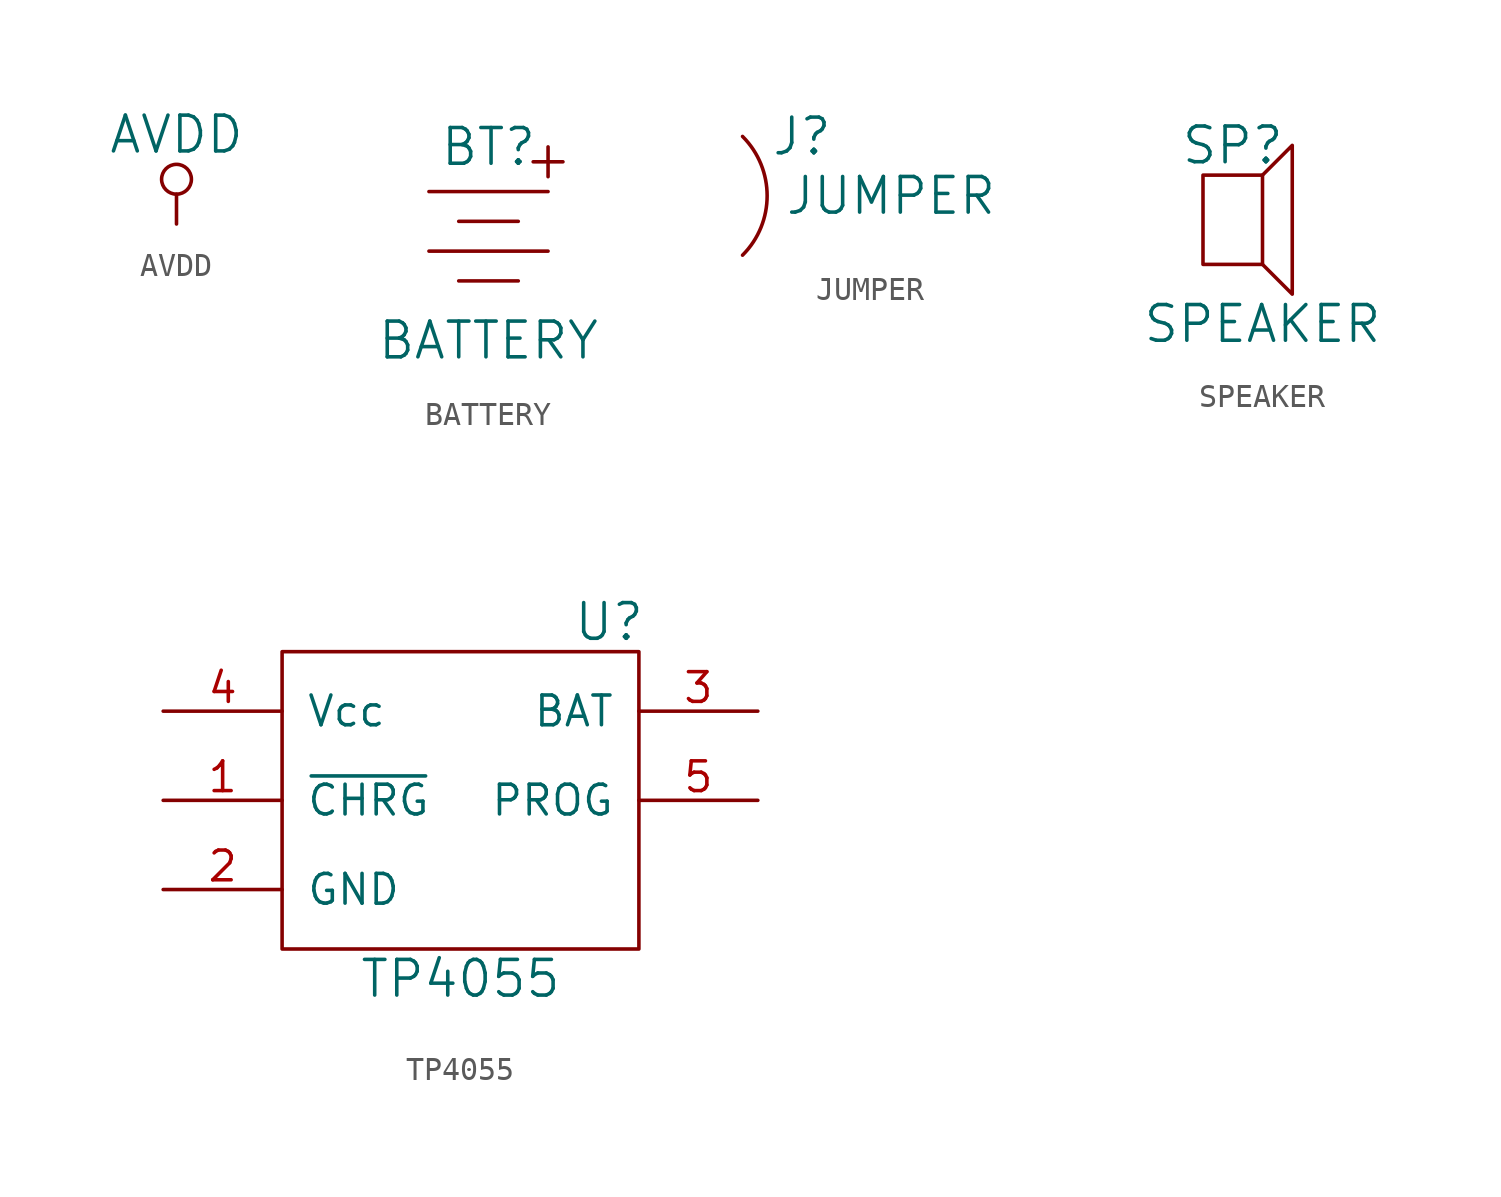
<source format=kicad_sym>
(kicad_symbol_lib
  (version 20211014)
  (generator kicad_symbol_editor)
  (symbol "AVDD"
    (power)
    (pin_names
      (offset 0))
    (property "Reference" "#PWR"
      (at 0 -3.81 0)
      (effects (font (size 1.524 1.524)) hide))
    (property "Value" "AVDD"
      (at 0 3.81 0)
      (effects (font (size 1.524 1.524))))
    (property "Footprint" ""
      (at 0 0 0)
      (effects (font (size 1.524 1.524))))
    (property "Datasheet" ""
      (at 0 0 0)
      (effects (font (size 1.524 1.524))))
    (symbol "AVDD_0_1"
      (polyline (pts (xy 0 0) (xy 0 1.27)) (stroke (width 0) (type default) (color 0 0 0 0)) (fill (type none)))
      (circle (center 0 1.905) (radius 0.635) (stroke (width 0) (type default) (color 0 0 0 0)) (fill (type none))))
    (symbol "AVDD_1_1"
      (pin power_in line (at 0 0 90) (length 0) hide (name "AVDD" (effects (font (size 1.27 1.27)))) (number "1" (effects (font (size 1.27 1.27)))))))
  (symbol "BATTERY"
    (pin_names
      (offset 1.016))
    (property "Reference" "BT"
      (at 0 -0.635 0)
      (effects (font (size 1.524 1.524))))
    (property "Value" "BATTERY"
      (at 0 -8.89 0)
      (effects (font (size 1.524 1.524))))
    (symbol "BATTERY_0_1"
      (polyline (pts (xy -2.54 -5.08) (xy 2.54 -5.08)) (stroke (width 0) (type default) (color 0 0 0 0)) (fill (type none)))
      (polyline (pts (xy -2.54 -2.54) (xy 2.54 -2.54)) (stroke (width 0) (type default) (color 0 0 0 0)) (fill (type none)))
      (polyline (pts (xy -1.27 -6.35) (xy 1.27 -6.35)) (stroke (width 0) (type default) (color 0 0 0 0)) (fill (type none)))
      (polyline (pts (xy -1.27 -3.81) (xy 1.27 -3.81)) (stroke (width 0) (type default) (color 0 0 0 0)) (fill (type none)))
      (polyline (pts (xy 1.905 -1.27) (xy 3.175 -1.27)) (stroke (width 0) (type default) (color 0 0 0 0)) (fill (type none)))
      (polyline (pts (xy 2.54 -1.905) (xy 2.54 -0.635)) (stroke (width 0) (type default) (color 0 0 0 0)) (fill (type none)))))
  (symbol "JUMPER"
    (pin_names
      (offset 1.016))
    (property "Reference" "J"
      (at 2.54 2.54 0)
      (effects (font (size 1.524 1.524))))
    (property "Value" "JUMPER"
      (at 6.35 0 0)
      (effects (font (size 1.524 1.524))))
    (symbol "JUMPER_0_1"
      (arc (start 0 -2.54) (mid 1.0521 0) (end 0 2.54) (stroke (width 0) (type default) (color 0 0 0 0)) (fill (type none)))))
  (symbol "SPEAKER"
    (pin_names
      (offset 1.016))
    (property "Reference" "SP"
      (at 0 -1.27 0)
      (effects (font (size 1.524 1.524))))
    (property "Value" "SPEAKER"
      (at 1.27 -8.89 0)
      (effects (font (size 1.524 1.524))))
    (symbol "SPEAKER_0_1"
      (rectangle (start -1.27 -2.54) (end 1.27 -6.35) (stroke (width 0) (type default) (color 0 0 0 0)) (fill (type none)))
      (polyline (pts (xy 1.27 -2.54) (xy 2.54 -1.27) (xy 2.54 -7.62) (xy 1.27 -6.35)) (stroke (width 0) (type default) (color 0 0 0 0)) (fill (type none)))))
  (symbol "TP4055"
    (pin_names
      (offset 1.016))
    (property "Reference" "U"
      (at 5.08 -1.27 0)
      (effects (font (size 1.524 1.524))))
    (property "Value" "TP4055"
      (at -1.27 -16.51 0)
      (effects (font (size 1.524 1.524))))
    (property "Footprint" ""
      (at 0 0 0)
      (effects (font (size 1.524 1.524))))
    (property "Datasheet" ""
      (at 0 0 0)
      (effects (font (size 1.524 1.524))))
    (symbol "TP4055_0_1"
      (rectangle (start 6.35 -2.54) (end -8.89 -15.24) (stroke (width 0) (type default) (color 0 0 0 0)) (fill (type none))))
    (symbol "TP4055_1_1"
      (pin output line (at -13.97 -8.89 0) (length 5.08) (name "~{CHRG}" (effects (font (size 1.27 1.27)))) (number "1" (effects (font (size 1.27 1.27)))))
      (pin power_in line (at -13.97 -12.7 0) (length 5.08) (name "GND" (effects (font (size 1.27 1.27)))) (number "2" (effects (font (size 1.27 1.27)))))
      (pin power_out line (at 11.43 -5.08 180) (length 5.08) (name "BAT" (effects (font (size 1.27 1.27)))) (number "3" (effects (font (size 1.27 1.27)))))
      (pin power_in line (at -13.97 -5.08 0) (length 5.08) (name "Vcc" (effects (font (size 1.27 1.27)))) (number "4" (effects (font (size 1.27 1.27)))))
      (pin input line (at 11.43 -8.89 180) (length 5.08) (name "PROG" (effects (font (size 1.27 1.27)))) (number "5" (effects (font (size 1.27 1.27))))))))
</source>
